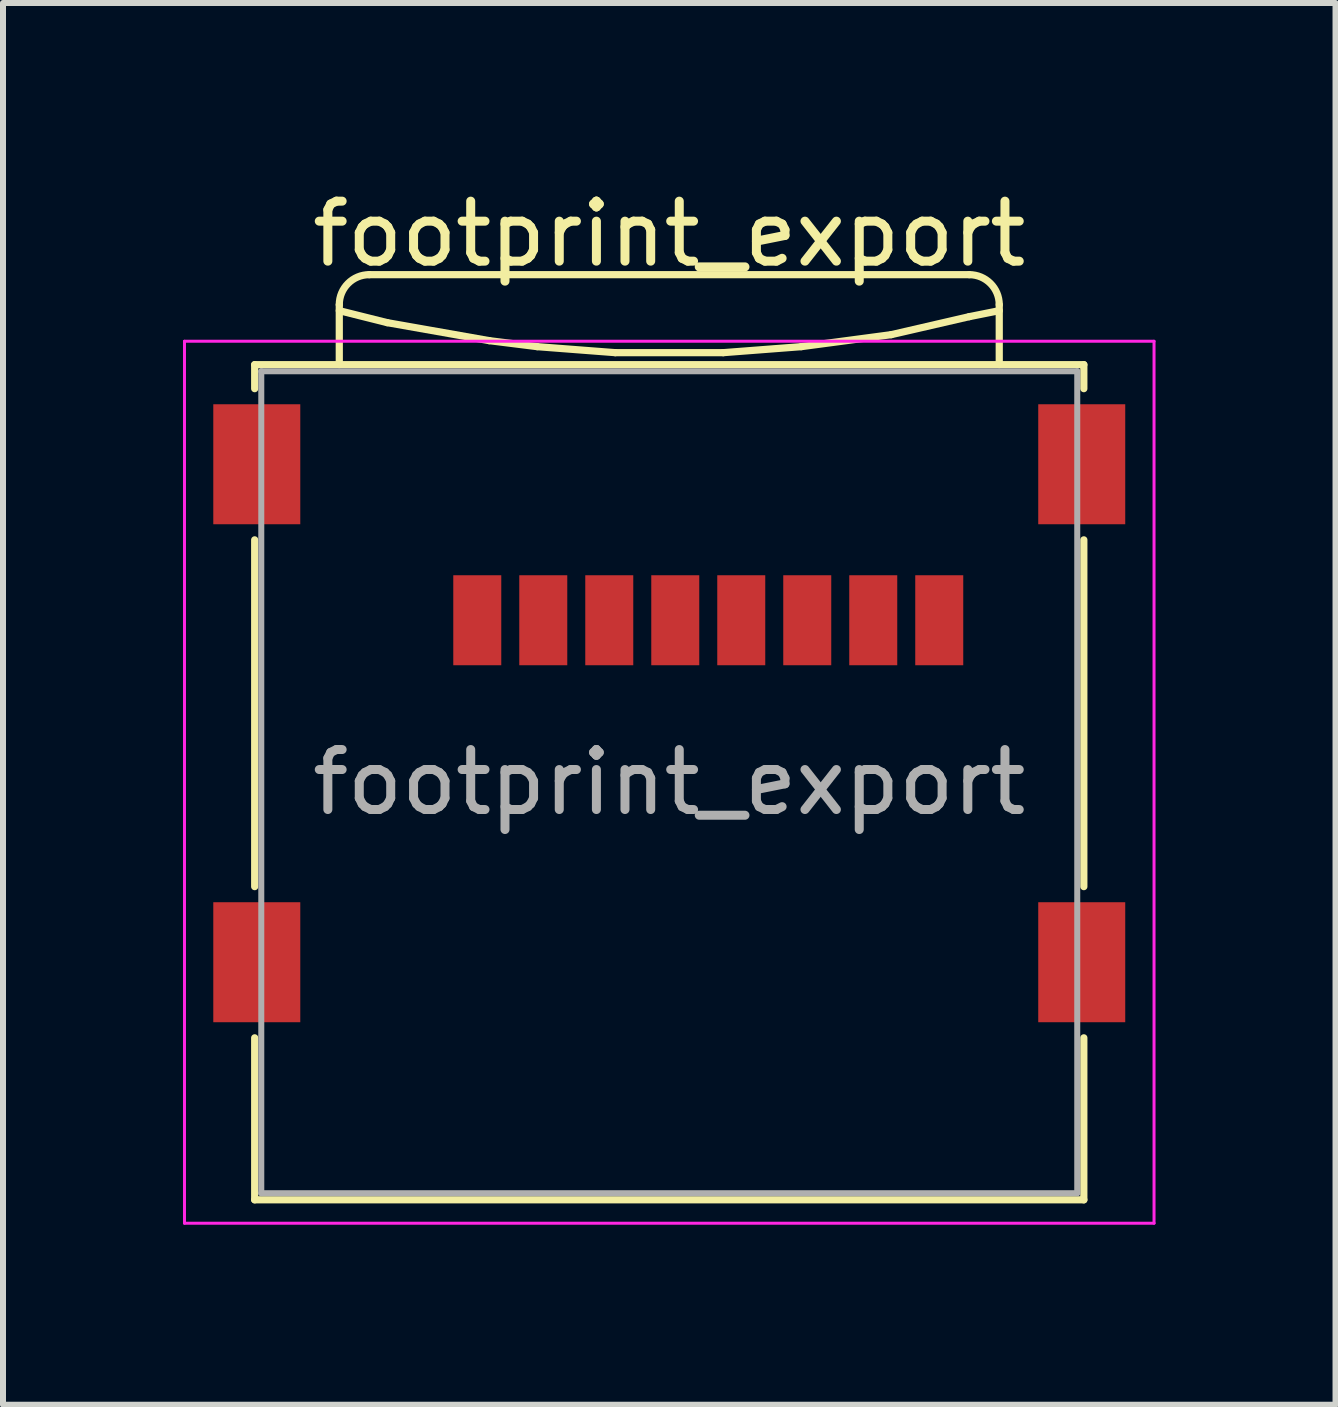
<source format=kicad_pcb>
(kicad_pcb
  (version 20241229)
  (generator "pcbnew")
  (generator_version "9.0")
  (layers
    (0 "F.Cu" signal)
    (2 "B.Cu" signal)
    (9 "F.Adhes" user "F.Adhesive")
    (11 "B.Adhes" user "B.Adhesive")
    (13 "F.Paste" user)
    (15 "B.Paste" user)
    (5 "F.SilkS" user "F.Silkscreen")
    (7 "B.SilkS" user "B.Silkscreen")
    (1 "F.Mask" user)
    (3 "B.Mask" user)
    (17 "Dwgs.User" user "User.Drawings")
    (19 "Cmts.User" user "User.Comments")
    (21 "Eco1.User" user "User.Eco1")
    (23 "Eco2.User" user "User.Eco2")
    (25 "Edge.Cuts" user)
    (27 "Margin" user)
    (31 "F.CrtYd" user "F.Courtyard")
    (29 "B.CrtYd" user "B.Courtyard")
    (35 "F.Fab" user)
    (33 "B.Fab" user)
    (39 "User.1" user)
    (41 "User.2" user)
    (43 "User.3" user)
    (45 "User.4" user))
  (footprint "footprint_export"
    (layer "F.Cu")
    (at 8.105 8.838)
    (property "Reference" "footprint_export" (at 0 -7.99 0) (layer "F.SilkS") (effects (font (size 1 1) (thickness 0.15))))
    (attr smd)
    (fp_line (start -6.91 -5.81) (end -6.91 -5.41) (stroke (width 0.12) (type solid)) (layer "F.SilkS"))
    (fp_line (start -6.91 -5.81) (end 6.91 -5.81) (stroke (width 0.12) (type solid)) (layer "F.SilkS"))
    (fp_line (start -6.91 -2.89) (end -6.91 2.89) (stroke (width 0.12) (type solid)) (layer "F.SilkS"))
    (fp_line (start -6.91 5.41) (end -6.91 8.11) (stroke (width 0.12) (type solid)) (layer "F.SilkS"))
    (fp_line (start -5.5 -6.71) (end -4.7 -6.51) (stroke (width 0.12) (type solid)) (layer "F.SilkS"))
    (fp_line (start -5.5 -5.81) (end -5.5 -6.81) (stroke (width 0.12) (type solid)) (layer "F.SilkS"))
    (fp_line (start -5 -7.31) (end 5 -7.31) (stroke (width 0.12) (type solid)) (layer "F.SilkS"))
    (fp_line (start -4.7 -6.51) (end -3 -6.21) (stroke (width 0.12) (type solid)) (layer "F.SilkS"))
    (fp_line (start -3 -6.21) (end -2.2 -6.11) (stroke (width 0.12) (type solid)) (layer "F.SilkS"))
    (fp_line (start -2.2 -6.11) (end -0.9 -6.01) (stroke (width 0.12) (type solid)) (layer "F.SilkS"))
    (fp_line (start -0.9 -6.01) (end 0.9 -6.01) (stroke (width 0.12) (type solid)) (layer "F.SilkS"))
    (fp_line (start 0.9 -6.01) (end 2.2 -6.11) (stroke (width 0.12) (type solid)) (layer "F.SilkS"))
    (fp_line (start 2.2 -6.11) (end 3.7 -6.31) (stroke (width 0.12) (type solid)) (layer "F.SilkS"))
    (fp_line (start 3.7 -6.31) (end 5 -6.61) (stroke (width 0.12) (type solid)) (layer "F.SilkS"))
    (fp_line (start 5 -6.61) (end 5.5 -6.71) (stroke (width 0.12) (type solid)) (layer "F.SilkS"))
    (fp_line (start 5.5 -5.81) (end 5.5 -6.81) (stroke (width 0.12) (type solid)) (layer "F.SilkS"))
    (fp_line (start 6.91 -5.81) (end 6.91 -5.41) (stroke (width 0.12) (type solid)) (layer "F.SilkS"))
    (fp_line (start 6.91 -2.89) (end 6.91 2.89) (stroke (width 0.12) (type solid)) (layer "F.SilkS"))
    (fp_line (start 6.91 5.41) (end 6.91 8.11) (stroke (width 0.12) (type solid)) (layer "F.SilkS"))
    (fp_line (start 6.91 8.11) (end -6.91 8.11) (stroke (width 0.12) (type solid)) (layer "F.SilkS"))
    (fp_arc (start -5.5 -6.81) (mid -5.353553 -7.163553) (end -5 -7.31) (stroke (width 0.12) (type solid)) (layer "F.SilkS"))
    (fp_arc (start 5 -7.31) (mid 5.353553 -7.163553) (end 5.5 -6.81) (stroke (width 0.12) (type solid)) (layer "F.SilkS"))
    (fp_line (start -8.08 -6.2) (end -8.08 8.5) (stroke (width 0.05) (type solid)) (layer "F.CrtYd"))
    (fp_line (start 8.08 -6.2) (end -8.08 -6.2) (stroke (width 0.05) (type solid)) (layer "F.CrtYd"))
    (fp_line (start 8.08 -6.2) (end 8.08 8.5) (stroke (width 0.05) (type solid)) (layer "F.CrtYd"))
    (fp_line (start 8.08 8.5) (end -8.08 8.5) (stroke (width 0.05) (type solid)) (layer "F.CrtYd"))
    (fp_line (start -6.8 -5.7) (end -6.8 8) (stroke (width 0.1) (type solid)) (layer "F.Fab"))
    (fp_line (start -6.8 8) (end 6.8 8) (stroke (width 0.1) (type solid)) (layer "F.Fab"))
    (fp_line (start 6.8 -5.7) (end -6.8 -5.7) (stroke (width 0.1) (type solid)) (layer "F.Fab"))
    (fp_line (start 6.8 8) (end 6.8 -5.7) (stroke (width 0.1) (type solid)) (layer "F.Fab"))
    (fp_text user "${REFERENCE}" (at 0 1.15 0) (layer "F.Fab") (effects (font (size 1 1) (thickness 0.15))))
    (pad "1" smd rect (at -3.2 -1.55) (size 0.8 1.5) (layers "F.Cu" "F.Mask" "F.Paste"))
    (pad "2" smd rect (at -2.1 -1.55) (size 0.8 1.5) (layers "F.Cu" "F.Mask" "F.Paste"))
    (pad "3" smd rect (at -1 -1.55) (size 0.8 1.5) (layers "F.Cu" "F.Mask" "F.Paste"))
    (pad "4" smd rect (at 0.1 -1.55) (size 0.8 1.5) (layers "F.Cu" "F.Mask" "F.Paste"))
    (pad "5" smd rect (at 1.2 -1.55) (size 0.8 1.5) (layers "F.Cu" "F.Mask" "F.Paste"))
    (pad "6" smd rect (at 2.3 -1.55) (size 0.8 1.5) (layers "F.Cu" "F.Mask" "F.Paste"))
    (pad "7" smd rect (at 3.4 -1.55) (size 0.8 1.5) (layers "F.Cu" "F.Mask" "F.Paste"))
    (pad "8" smd rect (at 4.5 -1.55) (size 0.8 1.5) (layers "F.Cu" "F.Mask" "F.Paste"))
    (pad "9" smd rect (at -6.875 -4.15) (size 1.45 2) (layers "F.Cu" "F.Mask" "F.Paste"))
    (pad "9" smd rect (at -6.875 4.15) (size 1.45 2) (layers "F.Cu" "F.Mask" "F.Paste"))
    (pad "9" smd rect (at 6.875 -4.15) (size 1.45 2) (layers "F.Cu" "F.Mask" "F.Paste"))
    (pad "9" smd rect (at 6.875 4.15) (size 1.45 2) (layers "F.Cu" "F.Mask" "F.Paste")))
  (gr_rect
    (start -3 -3)
    (end 19.21 20.363)
    (stroke (width 0.1) (type default))
    (fill no)
    (layer "Edge.Cuts")))
</source>
